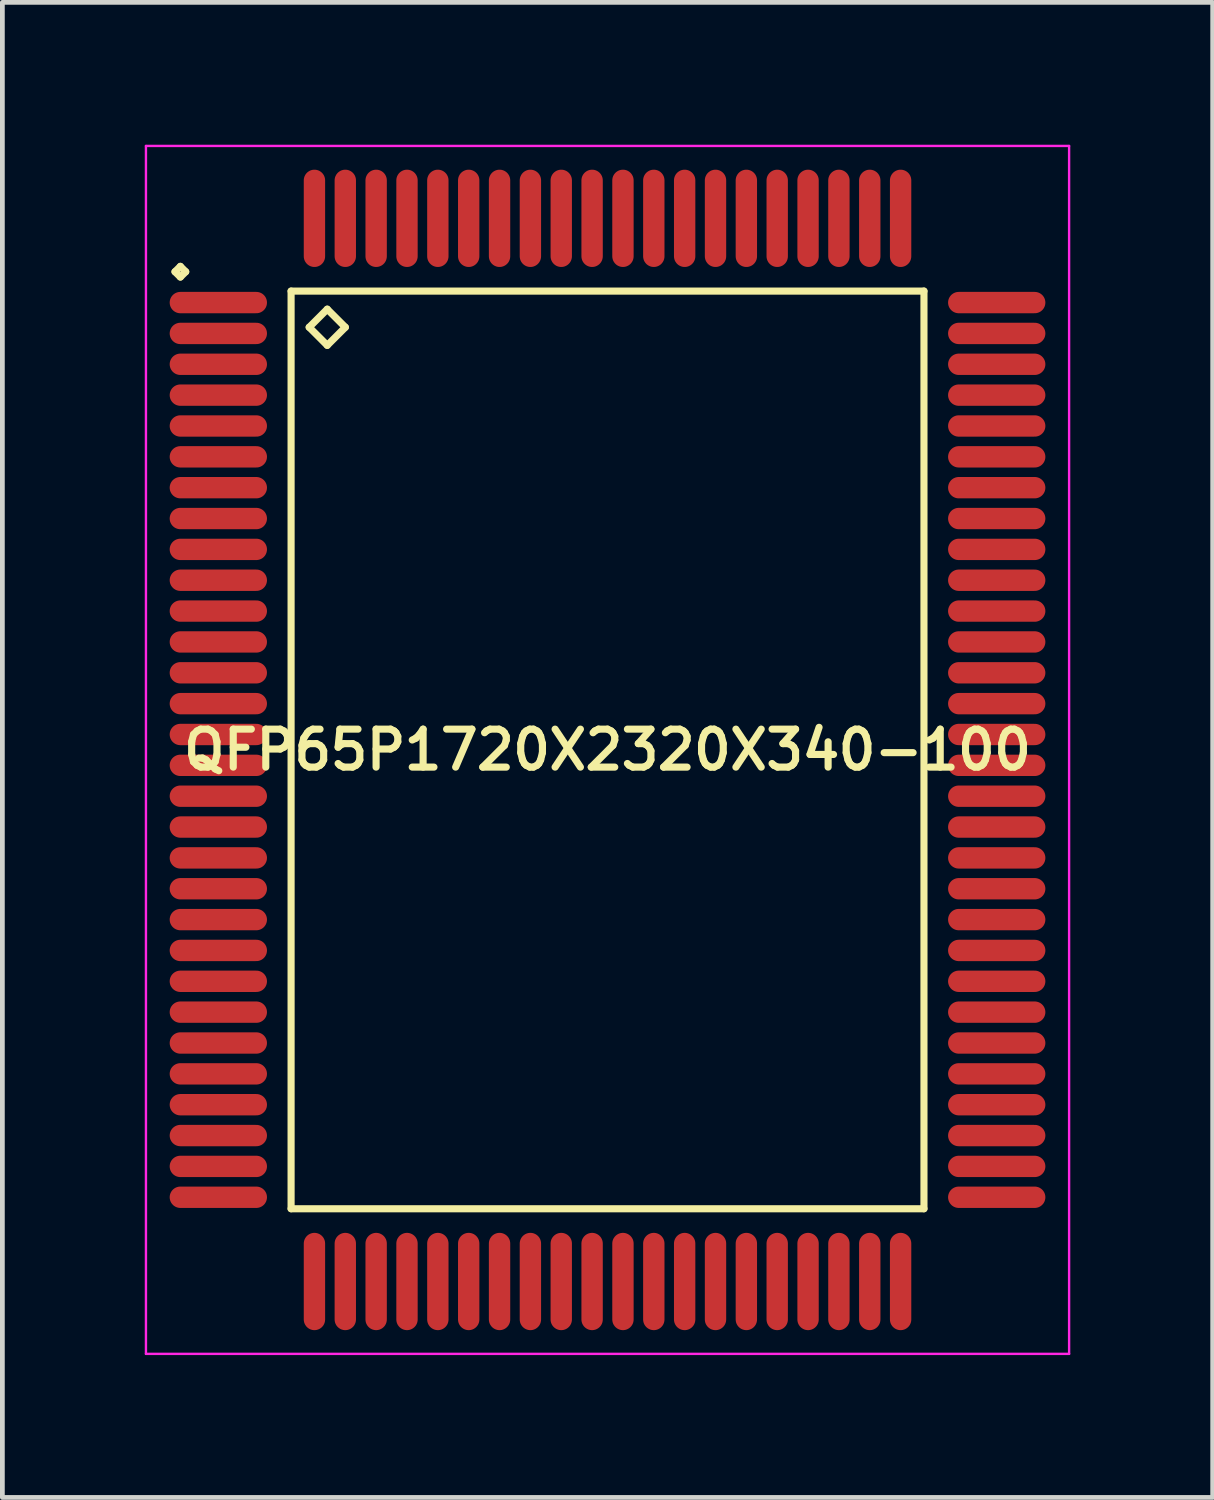
<source format=kicad_pcb>
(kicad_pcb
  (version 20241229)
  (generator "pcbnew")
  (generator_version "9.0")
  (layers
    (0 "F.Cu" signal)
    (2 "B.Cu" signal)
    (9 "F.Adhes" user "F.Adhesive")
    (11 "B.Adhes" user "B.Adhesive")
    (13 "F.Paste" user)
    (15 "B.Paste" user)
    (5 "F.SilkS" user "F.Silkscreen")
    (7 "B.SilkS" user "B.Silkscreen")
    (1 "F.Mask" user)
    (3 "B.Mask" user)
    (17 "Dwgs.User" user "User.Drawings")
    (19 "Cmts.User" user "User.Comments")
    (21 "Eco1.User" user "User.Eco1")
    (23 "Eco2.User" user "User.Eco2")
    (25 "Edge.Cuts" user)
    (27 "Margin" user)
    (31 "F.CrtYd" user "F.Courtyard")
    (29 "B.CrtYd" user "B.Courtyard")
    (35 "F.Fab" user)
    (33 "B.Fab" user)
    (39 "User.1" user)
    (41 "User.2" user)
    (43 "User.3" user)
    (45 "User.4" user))
  (footprint "QFP65P1720X2320X340-100"
    (layer "F.Cu")
    (at 9.75 12.75)
    (property "Reference" "QFP65P1720X2320X340-100" (at 0 0 0) (layer "F.SilkS") (effects (font (size 0.8 0.8) (thickness 0.15))))
    (attr smd)
    (fp_line (start -9.113 -10.075) (end -9 -10.188) (stroke (width 0.15) (type solid)) (layer "F.SilkS"))
    (fp_line (start -9 -10.188) (end -8.887 -10.075) (stroke (width 0.15) (type solid)) (layer "F.SilkS"))
    (fp_line (start -9 -9.963) (end -9.113 -10.075) (stroke (width 0.15) (type solid)) (layer "F.SilkS"))
    (fp_line (start -8.887 -10.075) (end -9 -9.963) (stroke (width 0.15) (type solid)) (layer "F.SilkS"))
    (fp_line (start -6.667 -9.667) (end -6.667 9.667) (stroke (width 0.15) (type solid)) (layer "F.SilkS"))
    (fp_line (start -6.667 9.667) (end 6.667 9.667) (stroke (width 0.15) (type solid)) (layer "F.SilkS"))
    (fp_line (start -6.286 -8.905) (end -5.905 -9.286) (stroke (width 0.15) (type solid)) (layer "F.SilkS"))
    (fp_line (start -5.905 -9.286) (end -5.524 -8.905) (stroke (width 0.15) (type solid)) (layer "F.SilkS"))
    (fp_line (start -5.905 -8.524) (end -6.286 -8.905) (stroke (width 0.15) (type solid)) (layer "F.SilkS"))
    (fp_line (start -5.524 -8.905) (end -5.905 -8.524) (stroke (width 0.15) (type solid)) (layer "F.SilkS"))
    (fp_line (start 6.667 -9.667) (end -6.667 -9.667) (stroke (width 0.15) (type solid)) (layer "F.SilkS"))
    (fp_line (start 6.667 9.667) (end 6.667 -9.667) (stroke (width 0.15) (type solid)) (layer "F.SilkS"))
    (fp_line (start -9.725 -12.725) (end 9.725 -12.725) (stroke (width 0.05) (type solid)) (layer "F.CrtYd"))
    (fp_line (start -9.725 12.725) (end -9.725 -12.725) (stroke (width 0.05) (type solid)) (layer "F.CrtYd"))
    (fp_line (start 9.725 -12.725) (end 9.725 12.725) (stroke (width 0.05) (type solid)) (layer "F.CrtYd"))
    (fp_line (start 9.725 12.725) (end -9.725 12.725) (stroke (width 0.05) (type solid)) (layer "F.CrtYd"))
    (pad "1" smd oval (at -8.2 -9.425) (size 2.05 0.45) (layers "F.Cu" "F.Mask" "F.Paste"))
    (pad "2" smd oval (at -8.2 -8.775) (size 2.05 0.45) (layers "F.Cu" "F.Mask" "F.Paste"))
    (pad "3" smd oval (at -8.2 -8.125) (size 2.05 0.45) (layers "F.Cu" "F.Mask" "F.Paste"))
    (pad "4" smd oval (at -8.2 -7.475) (size 2.05 0.45) (layers "F.Cu" "F.Mask" "F.Paste"))
    (pad "5" smd oval (at -8.2 -6.825) (size 2.05 0.45) (layers "F.Cu" "F.Mask" "F.Paste"))
    (pad "6" smd oval (at -8.2 -6.175) (size 2.05 0.45) (layers "F.Cu" "F.Mask" "F.Paste"))
    (pad "7" smd oval (at -8.2 -5.525) (size 2.05 0.45) (layers "F.Cu" "F.Mask" "F.Paste"))
    (pad "8" smd oval (at -8.2 -4.875) (size 2.05 0.45) (layers "F.Cu" "F.Mask" "F.Paste"))
    (pad "9" smd oval (at -8.2 -4.225) (size 2.05 0.45) (layers "F.Cu" "F.Mask" "F.Paste"))
    (pad "10" smd oval (at -8.2 -3.575) (size 2.05 0.45) (layers "F.Cu" "F.Mask" "F.Paste"))
    (pad "11" smd oval (at -8.2 -2.925) (size 2.05 0.45) (layers "F.Cu" "F.Mask" "F.Paste"))
    (pad "12" smd oval (at -8.2 -2.275) (size 2.05 0.45) (layers "F.Cu" "F.Mask" "F.Paste"))
    (pad "13" smd oval (at -8.2 -1.625) (size 2.05 0.45) (layers "F.Cu" "F.Mask" "F.Paste"))
    (pad "14" smd oval (at -8.2 -0.975) (size 2.05 0.45) (layers "F.Cu" "F.Mask" "F.Paste"))
    (pad "15" smd oval (at -8.2 -0.325) (size 2.05 0.45) (layers "F.Cu" "F.Mask" "F.Paste"))
    (pad "16" smd oval (at -8.2 0.325) (size 2.05 0.45) (layers "F.Cu" "F.Mask" "F.Paste"))
    (pad "17" smd oval (at -8.2 0.975) (size 2.05 0.45) (layers "F.Cu" "F.Mask" "F.Paste"))
    (pad "18" smd oval (at -8.2 1.625) (size 2.05 0.45) (layers "F.Cu" "F.Mask" "F.Paste"))
    (pad "19" smd oval (at -8.2 2.275) (size 2.05 0.45) (layers "F.Cu" "F.Mask" "F.Paste"))
    (pad "20" smd oval (at -8.2 2.925) (size 2.05 0.45) (layers "F.Cu" "F.Mask" "F.Paste"))
    (pad "21" smd oval (at -8.2 3.575) (size 2.05 0.45) (layers "F.Cu" "F.Mask" "F.Paste"))
    (pad "22" smd oval (at -8.2 4.225) (size 2.05 0.45) (layers "F.Cu" "F.Mask" "F.Paste"))
    (pad "23" smd oval (at -8.2 4.875) (size 2.05 0.45) (layers "F.Cu" "F.Mask" "F.Paste"))
    (pad "24" smd oval (at -8.2 5.525) (size 2.05 0.45) (layers "F.Cu" "F.Mask" "F.Paste"))
    (pad "25" smd oval (at -8.2 6.175) (size 2.05 0.45) (layers "F.Cu" "F.Mask" "F.Paste"))
    (pad "26" smd oval (at -8.2 6.825) (size 2.05 0.45) (layers "F.Cu" "F.Mask" "F.Paste"))
    (pad "27" smd oval (at -8.2 7.475) (size 2.05 0.45) (layers "F.Cu" "F.Mask" "F.Paste"))
    (pad "28" smd oval (at -8.2 8.125) (size 2.05 0.45) (layers "F.Cu" "F.Mask" "F.Paste"))
    (pad "29" smd oval (at -8.2 8.775) (size 2.05 0.45) (layers "F.Cu" "F.Mask" "F.Paste"))
    (pad "30" smd oval (at -8.2 9.425) (size 2.05 0.45) (layers "F.Cu" "F.Mask" "F.Paste"))
    (pad "31" smd oval (at -6.175 11.2) (size 0.45 2.05) (layers "F.Cu" "F.Mask" "F.Paste"))
    (pad "32" smd oval (at -5.525 11.2) (size 0.45 2.05) (layers "F.Cu" "F.Mask" "F.Paste"))
    (pad "33" smd oval (at -4.875 11.2) (size 0.45 2.05) (layers "F.Cu" "F.Mask" "F.Paste"))
    (pad "34" smd oval (at -4.225 11.2) (size 0.45 2.05) (layers "F.Cu" "F.Mask" "F.Paste"))
    (pad "35" smd oval (at -3.575 11.2) (size 0.45 2.05) (layers "F.Cu" "F.Mask" "F.Paste"))
    (pad "36" smd oval (at -2.925 11.2) (size 0.45 2.05) (layers "F.Cu" "F.Mask" "F.Paste"))
    (pad "37" smd oval (at -2.275 11.2) (size 0.45 2.05) (layers "F.Cu" "F.Mask" "F.Paste"))
    (pad "38" smd oval (at -1.625 11.2) (size 0.45 2.05) (layers "F.Cu" "F.Mask" "F.Paste"))
    (pad "39" smd oval (at -0.975 11.2) (size 0.45 2.05) (layers "F.Cu" "F.Mask" "F.Paste"))
    (pad "40" smd oval (at -0.325 11.2) (size 0.45 2.05) (layers "F.Cu" "F.Mask" "F.Paste"))
    (pad "41" smd oval (at 0.325 11.2) (size 0.45 2.05) (layers "F.Cu" "F.Mask" "F.Paste"))
    (pad "42" smd oval (at 0.975 11.2) (size 0.45 2.05) (layers "F.Cu" "F.Mask" "F.Paste"))
    (pad "43" smd oval (at 1.625 11.2) (size 0.45 2.05) (layers "F.Cu" "F.Mask" "F.Paste"))
    (pad "44" smd oval (at 2.275 11.2) (size 0.45 2.05) (layers "F.Cu" "F.Mask" "F.Paste"))
    (pad "45" smd oval (at 2.925 11.2) (size 0.45 2.05) (layers "F.Cu" "F.Mask" "F.Paste"))
    (pad "46" smd oval (at 3.575 11.2) (size 0.45 2.05) (layers "F.Cu" "F.Mask" "F.Paste"))
    (pad "47" smd oval (at 4.225 11.2) (size 0.45 2.05) (layers "F.Cu" "F.Mask" "F.Paste"))
    (pad "48" smd oval (at 4.875 11.2) (size 0.45 2.05) (layers "F.Cu" "F.Mask" "F.Paste"))
    (pad "49" smd oval (at 5.525 11.2) (size 0.45 2.05) (layers "F.Cu" "F.Mask" "F.Paste"))
    (pad "50" smd oval (at 6.175 11.2) (size 0.45 2.05) (layers "F.Cu" "F.Mask" "F.Paste"))
    (pad "51" smd oval (at 8.2 9.425) (size 2.05 0.45) (layers "F.Cu" "F.Mask" "F.Paste"))
    (pad "52" smd oval (at 8.2 8.775) (size 2.05 0.45) (layers "F.Cu" "F.Mask" "F.Paste"))
    (pad "53" smd oval (at 8.2 8.125) (size 2.05 0.45) (layers "F.Cu" "F.Mask" "F.Paste"))
    (pad "54" smd oval (at 8.2 7.475) (size 2.05 0.45) (layers "F.Cu" "F.Mask" "F.Paste"))
    (pad "55" smd oval (at 8.2 6.825) (size 2.05 0.45) (layers "F.Cu" "F.Mask" "F.Paste"))
    (pad "56" smd oval (at 8.2 6.175) (size 2.05 0.45) (layers "F.Cu" "F.Mask" "F.Paste"))
    (pad "57" smd oval (at 8.2 5.525) (size 2.05 0.45) (layers "F.Cu" "F.Mask" "F.Paste"))
    (pad "58" smd oval (at 8.2 4.875) (size 2.05 0.45) (layers "F.Cu" "F.Mask" "F.Paste"))
    (pad "59" smd oval (at 8.2 4.225) (size 2.05 0.45) (layers "F.Cu" "F.Mask" "F.Paste"))
    (pad "60" smd oval (at 8.2 3.575) (size 2.05 0.45) (layers "F.Cu" "F.Mask" "F.Paste"))
    (pad "61" smd oval (at 8.2 2.925) (size 2.05 0.45) (layers "F.Cu" "F.Mask" "F.Paste"))
    (pad "62" smd oval (at 8.2 2.275) (size 2.05 0.45) (layers "F.Cu" "F.Mask" "F.Paste"))
    (pad "63" smd oval (at 8.2 1.625) (size 2.05 0.45) (layers "F.Cu" "F.Mask" "F.Paste"))
    (pad "64" smd oval (at 8.2 0.975) (size 2.05 0.45) (layers "F.Cu" "F.Mask" "F.Paste"))
    (pad "65" smd oval (at 8.2 0.325) (size 2.05 0.45) (layers "F.Cu" "F.Mask" "F.Paste"))
    (pad "66" smd oval (at 8.2 -0.325) (size 2.05 0.45) (layers "F.Cu" "F.Mask" "F.Paste"))
    (pad "67" smd oval (at 8.2 -0.975) (size 2.05 0.45) (layers "F.Cu" "F.Mask" "F.Paste"))
    (pad "68" smd oval (at 8.2 -1.625) (size 2.05 0.45) (layers "F.Cu" "F.Mask" "F.Paste"))
    (pad "69" smd oval (at 8.2 -2.275) (size 2.05 0.45) (layers "F.Cu" "F.Mask" "F.Paste"))
    (pad "70" smd oval (at 8.2 -2.925) (size 2.05 0.45) (layers "F.Cu" "F.Mask" "F.Paste"))
    (pad "71" smd oval (at 8.2 -3.575) (size 2.05 0.45) (layers "F.Cu" "F.Mask" "F.Paste"))
    (pad "72" smd oval (at 8.2 -4.225) (size 2.05 0.45) (layers "F.Cu" "F.Mask" "F.Paste"))
    (pad "73" smd oval (at 8.2 -4.875) (size 2.05 0.45) (layers "F.Cu" "F.Mask" "F.Paste"))
    (pad "74" smd oval (at 8.2 -5.525) (size 2.05 0.45) (layers "F.Cu" "F.Mask" "F.Paste"))
    (pad "75" smd oval (at 8.2 -6.175) (size 2.05 0.45) (layers "F.Cu" "F.Mask" "F.Paste"))
    (pad "76" smd oval (at 8.2 -6.825) (size 2.05 0.45) (layers "F.Cu" "F.Mask" "F.Paste"))
    (pad "77" smd oval (at 8.2 -7.475) (size 2.05 0.45) (layers "F.Cu" "F.Mask" "F.Paste"))
    (pad "78" smd oval (at 8.2 -8.125) (size 2.05 0.45) (layers "F.Cu" "F.Mask" "F.Paste"))
    (pad "79" smd oval (at 8.2 -8.775) (size 2.05 0.45) (layers "F.Cu" "F.Mask" "F.Paste"))
    (pad "80" smd oval (at 8.2 -9.425) (size 2.05 0.45) (layers "F.Cu" "F.Mask" "F.Paste"))
    (pad "81" smd oval (at 6.175 -11.2) (size 0.45 2.05) (layers "F.Cu" "F.Mask" "F.Paste"))
    (pad "82" smd oval (at 5.525 -11.2) (size 0.45 2.05) (layers "F.Cu" "F.Mask" "F.Paste"))
    (pad "83" smd oval (at 4.875 -11.2) (size 0.45 2.05) (layers "F.Cu" "F.Mask" "F.Paste"))
    (pad "84" smd oval (at 4.225 -11.2) (size 0.45 2.05) (layers "F.Cu" "F.Mask" "F.Paste"))
    (pad "85" smd oval (at 3.575 -11.2) (size 0.45 2.05) (layers "F.Cu" "F.Mask" "F.Paste"))
    (pad "86" smd oval (at 2.925 -11.2) (size 0.45 2.05) (layers "F.Cu" "F.Mask" "F.Paste"))
    (pad "87" smd oval (at 2.275 -11.2) (size 0.45 2.05) (layers "F.Cu" "F.Mask" "F.Paste"))
    (pad "88" smd oval (at 1.625 -11.2) (size 0.45 2.05) (layers "F.Cu" "F.Mask" "F.Paste"))
    (pad "89" smd oval (at 0.975 -11.2) (size 0.45 2.05) (layers "F.Cu" "F.Mask" "F.Paste"))
    (pad "90" smd oval (at 0.325 -11.2) (size 0.45 2.05) (layers "F.Cu" "F.Mask" "F.Paste"))
    (pad "91" smd oval (at -0.325 -11.2) (size 0.45 2.05) (layers "F.Cu" "F.Mask" "F.Paste"))
    (pad "92" smd oval (at -0.975 -11.2) (size 0.45 2.05) (layers "F.Cu" "F.Mask" "F.Paste"))
    (pad "93" smd oval (at -1.625 -11.2) (size 0.45 2.05) (layers "F.Cu" "F.Mask" "F.Paste"))
    (pad "94" smd oval (at -2.275 -11.2) (size 0.45 2.05) (layers "F.Cu" "F.Mask" "F.Paste"))
    (pad "95" smd oval (at -2.925 -11.2) (size 0.45 2.05) (layers "F.Cu" "F.Mask" "F.Paste"))
    (pad "96" smd oval (at -3.575 -11.2) (size 0.45 2.05) (layers "F.Cu" "F.Mask" "F.Paste"))
    (pad "97" smd oval (at -4.225 -11.2) (size 0.45 2.05) (layers "F.Cu" "F.Mask" "F.Paste"))
    (pad "98" smd oval (at -4.875 -11.2) (size 0.45 2.05) (layers "F.Cu" "F.Mask" "F.Paste"))
    (pad "99" smd oval (at -5.525 -11.2) (size 0.45 2.05) (layers "F.Cu" "F.Mask" "F.Paste"))
    (pad "100" smd oval (at -6.175 -11.2) (size 0.45 2.05) (layers "F.Cu" "F.Mask" "F.Paste")))
  (gr_rect
    (start -3 -3)
    (end 22.5 28.5)
    (stroke (width 0.1) (type default))
    (fill no)
    (layer "Edge.Cuts")))
</source>
